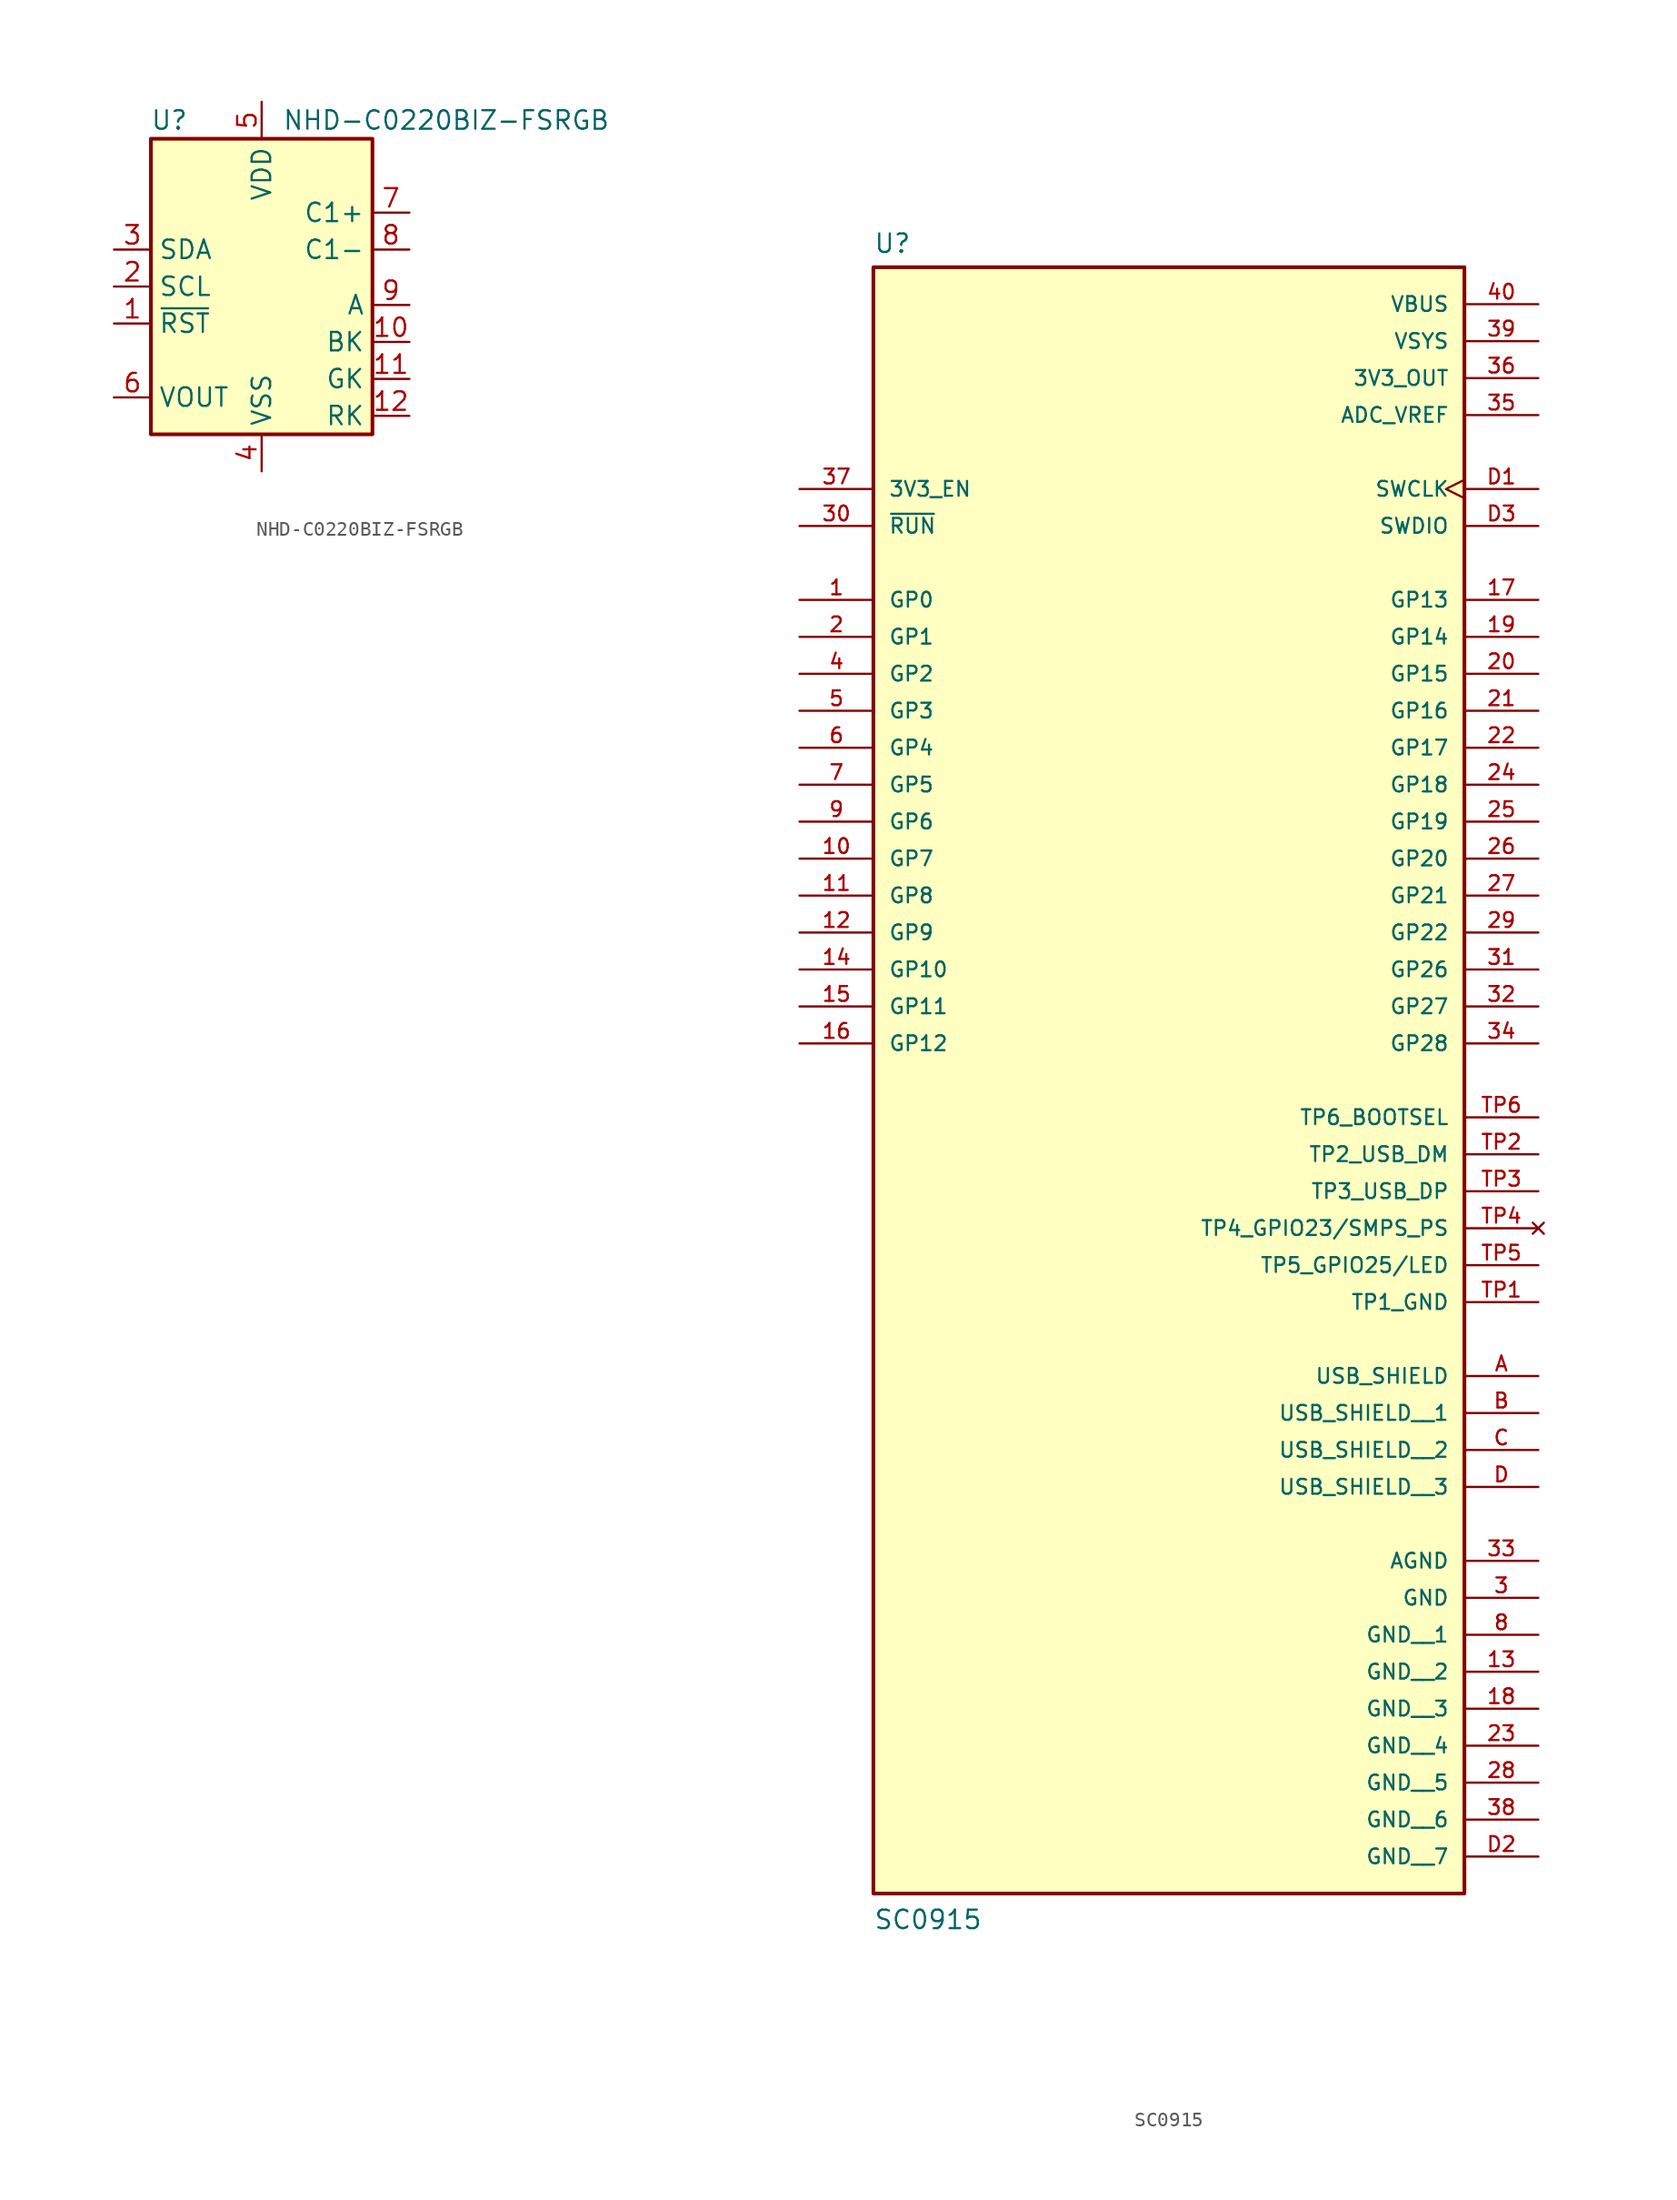
<source format=kicad_sym>
(kicad_symbol_lib
  (version 20220914)
  (generator kicad_symbol_editor)
  (symbol "NHD-C0220BIZ-FSRGB"
    (property "Reference" "U"
      (at -6.35 11.43 0)
      (effects (font (size 1.27 1.27))))
    (property "Value" "NHD-C0220BIZ-FSRGB"
      (at 12.7 11.43 0)
      (effects (font (size 1.27 1.27))))
    (symbol "NHD-C0220BIZ-FSRGB_0_1"
      (rectangle (start -7.62 10.16) (end 7.62 -10.16) (stroke (width 0.254) (type default)) (fill (type background))))
    (symbol "NHD-C0220BIZ-FSRGB_1_1"
      (pin input line (at -10.16 -2.54 0) (length 2.54) (name "~{RST}" (effects (font (size 1.27 1.27)))) (number "1" (effects (font (size 1.27 1.27)))))
      (pin passive line (at 10.16 -3.81 180) (length 2.54) (name "BK" (effects (font (size 1.27 1.27)))) (number "10" (effects (font (size 1.27 1.27)))))
      (pin passive line (at 10.16 -6.35 180) (length 2.54) (name "GK" (effects (font (size 1.27 1.27)))) (number "11" (effects (font (size 1.27 1.27)))))
      (pin passive line (at 10.16 -8.89 180) (length 2.54) (name "RK" (effects (font (size 1.27 1.27)))) (number "12" (effects (font (size 1.27 1.27)))))
      (pin input line (at -10.16 0 0) (length 2.54) (name "SCL" (effects (font (size 1.27 1.27)))) (number "2" (effects (font (size 1.27 1.27)))))
      (pin bidirectional line (at -10.16 2.54 0) (length 2.54) (name "SDA" (effects (font (size 1.27 1.27)))) (number "3" (effects (font (size 1.27 1.27)))))
      (pin power_in line (at 0 -12.7 90) (length 2.54) (name "VSS" (effects (font (size 1.27 1.27)))) (number "4" (effects (font (size 1.27 1.27)))))
      (pin power_in line (at 0 12.7 270) (length 2.54) (name "VDD" (effects (font (size 1.27 1.27)))) (number "5" (effects (font (size 1.27 1.27)))))
      (pin passive line (at -10.16 -7.62 0) (length 2.54) (name "VOUT" (effects (font (size 1.27 1.27)))) (number "6" (effects (font (size 1.27 1.27)))))
      (pin passive line (at 10.16 5.08 180) (length 2.54) (name "C1+" (effects (font (size 1.27 1.27)))) (number "7" (effects (font (size 1.27 1.27)))))
      (pin passive line (at 10.16 2.54 180) (length 2.54) (name "C1-" (effects (font (size 1.27 1.27)))) (number "8" (effects (font (size 1.27 1.27)))))
      (pin passive line (at 10.16 -1.27 180) (length 2.54) (name "A" (effects (font (size 1.27 1.27)))) (number "9" (effects (font (size 1.27 1.27)))))))
  (symbol "SC0915"
    (pin_names
      (offset 1.016))
    (property "Reference" "U"
      (at -20.32 44.069 0)
      (effects (font (size 1.27 1.27)) (justify left bottom)))
    (property "Value" "SC0915"
      (at -20.32 -71.12 0)
      (effects (font (size 1.27 1.27)) (justify left bottom)))
    (property "ki_locked" ""
      (at 0 0 0)
      (effects (font (size 1.27 1.27))))
    (symbol "SC0915_0_0"
      (rectangle (start -20.32 -68.58) (end 20.32 43.18) (stroke (width 0.254) (type solid)) (fill (type background)))
      (pin bidirectional line (at -25.4 20.32 0) (length 5.08) (name "GP0" (effects (font (size 1.016 1.016)))) (number "1" (effects (font (size 1.016 1.016)))))
      (pin bidirectional line (at -25.4 2.54 0) (length 5.08) (name "GP7" (effects (font (size 1.016 1.016)))) (number "10" (effects (font (size 1.016 1.016)))))
      (pin bidirectional line (at -25.4 0 0) (length 5.08) (name "GP8" (effects (font (size 1.016 1.016)))) (number "11" (effects (font (size 1.016 1.016)))))
      (pin bidirectional line (at -25.4 -2.54 0) (length 5.08) (name "GP9" (effects (font (size 1.016 1.016)))) (number "12" (effects (font (size 1.016 1.016)))))
      (pin power_in line (at 25.4 -53.34 180) (length 5.08) (name "GND__2" (effects (font (size 1.016 1.016)))) (number "13" (effects (font (size 1.016 1.016)))))
      (pin bidirectional line (at -25.4 -5.08 0) (length 5.08) (name "GP10" (effects (font (size 1.016 1.016)))) (number "14" (effects (font (size 1.016 1.016)))))
      (pin bidirectional line (at -25.4 -7.62 0) (length 5.08) (name "GP11" (effects (font (size 1.016 1.016)))) (number "15" (effects (font (size 1.016 1.016)))))
      (pin bidirectional line (at -25.4 -10.16 0) (length 5.08) (name "GP12" (effects (font (size 1.016 1.016)))) (number "16" (effects (font (size 1.016 1.016)))))
      (pin bidirectional line (at 25.4 20.32 180) (length 5.08) (name "GP13" (effects (font (size 1.016 1.016)))) (number "17" (effects (font (size 1.016 1.016)))))
      (pin power_in line (at 25.4 -55.88 180) (length 5.08) (name "GND__3" (effects (font (size 1.016 1.016)))) (number "18" (effects (font (size 1.016 1.016)))))
      (pin bidirectional line (at 25.4 17.78 180) (length 5.08) (name "GP14" (effects (font (size 1.016 1.016)))) (number "19" (effects (font (size 1.016 1.016)))))
      (pin bidirectional line (at -25.4 17.78 0) (length 5.08) (name "GP1" (effects (font (size 1.016 1.016)))) (number "2" (effects (font (size 1.016 1.016)))))
      (pin bidirectional line (at 25.4 15.24 180) (length 5.08) (name "GP15" (effects (font (size 1.016 1.016)))) (number "20" (effects (font (size 1.016 1.016)))))
      (pin bidirectional line (at 25.4 12.7 180) (length 5.08) (name "GP16" (effects (font (size 1.016 1.016)))) (number "21" (effects (font (size 1.016 1.016)))))
      (pin bidirectional line (at 25.4 10.16 180) (length 5.08) (name "GP17" (effects (font (size 1.016 1.016)))) (number "22" (effects (font (size 1.016 1.016)))))
      (pin power_in line (at 25.4 -58.42 180) (length 5.08) (name "GND__4" (effects (font (size 1.016 1.016)))) (number "23" (effects (font (size 1.016 1.016)))))
      (pin bidirectional line (at 25.4 7.62 180) (length 5.08) (name "GP18" (effects (font (size 1.016 1.016)))) (number "24" (effects (font (size 1.016 1.016)))))
      (pin bidirectional line (at 25.4 5.08 180) (length 5.08) (name "GP19" (effects (font (size 1.016 1.016)))) (number "25" (effects (font (size 1.016 1.016)))))
      (pin bidirectional line (at 25.4 2.54 180) (length 5.08) (name "GP20" (effects (font (size 1.016 1.016)))) (number "26" (effects (font (size 1.016 1.016)))))
      (pin bidirectional line (at 25.4 0 180) (length 5.08) (name "GP21" (effects (font (size 1.016 1.016)))) (number "27" (effects (font (size 1.016 1.016)))))
      (pin power_in line (at 25.4 -60.96 180) (length 5.08) (name "GND__5" (effects (font (size 1.016 1.016)))) (number "28" (effects (font (size 1.016 1.016)))))
      (pin bidirectional line (at 25.4 -2.54 180) (length 5.08) (name "GP22" (effects (font (size 1.016 1.016)))) (number "29" (effects (font (size 1.016 1.016)))))
      (pin power_in line (at 25.4 -48.26 180) (length 5.08) (name "GND" (effects (font (size 1.016 1.016)))) (number "3" (effects (font (size 1.016 1.016)))))
      (pin input line (at -25.4 25.4 0) (length 5.08) (name "~{RUN}" (effects (font (size 1.016 1.016)))) (number "30" (effects (font (size 1.016 1.016)))))
      (pin bidirectional line (at 25.4 -5.08 180) (length 5.08) (name "GP26" (effects (font (size 1.016 1.016)))) (number "31" (effects (font (size 1.016 1.016)))))
      (pin bidirectional line (at 25.4 -7.62 180) (length 5.08) (name "GP27" (effects (font (size 1.016 1.016)))) (number "32" (effects (font (size 1.016 1.016)))))
      (pin power_in line (at 25.4 -45.72 180) (length 5.08) (name "AGND" (effects (font (size 1.016 1.016)))) (number "33" (effects (font (size 1.016 1.016)))))
      (pin bidirectional line (at 25.4 -10.16 180) (length 5.08) (name "GP28" (effects (font (size 1.016 1.016)))) (number "34" (effects (font (size 1.016 1.016)))))
      (pin power_in line (at 25.4 33.02 180) (length 5.08) (name "ADC_VREF" (effects (font (size 1.016 1.016)))) (number "35" (effects (font (size 1.016 1.016)))))
      (pin power_in line (at 25.4 35.56 180) (length 5.08) (name "3V3_OUT" (effects (font (size 1.016 1.016)))) (number "36" (effects (font (size 1.016 1.016)))))
      (pin input line (at -25.4 27.94 0) (length 5.08) (name "3V3_EN" (effects (font (size 1.016 1.016)))) (number "37" (effects (font (size 1.016 1.016)))))
      (pin power_in line (at 25.4 -63.5 180) (length 5.08) (name "GND__6" (effects (font (size 1.016 1.016)))) (number "38" (effects (font (size 1.016 1.016)))))
      (pin power_in line (at 25.4 38.1 180) (length 5.08) (name "VSYS" (effects (font (size 1.016 1.016)))) (number "39" (effects (font (size 1.016 1.016)))))
      (pin bidirectional line (at -25.4 15.24 0) (length 5.08) (name "GP2" (effects (font (size 1.016 1.016)))) (number "4" (effects (font (size 1.016 1.016)))))
      (pin power_in line (at 25.4 40.64 180) (length 5.08) (name "VBUS" (effects (font (size 1.016 1.016)))) (number "40" (effects (font (size 1.016 1.016)))))
      (pin bidirectional line (at -25.4 12.7 0) (length 5.08) (name "GP3" (effects (font (size 1.016 1.016)))) (number "5" (effects (font (size 1.016 1.016)))))
      (pin bidirectional line (at -25.4 10.16 0) (length 5.08) (name "GP4" (effects (font (size 1.016 1.016)))) (number "6" (effects (font (size 1.016 1.016)))))
      (pin bidirectional line (at -25.4 7.62 0) (length 5.08) (name "GP5" (effects (font (size 1.016 1.016)))) (number "7" (effects (font (size 1.016 1.016)))))
      (pin power_in line (at 25.4 -50.8 180) (length 5.08) (name "GND__1" (effects (font (size 1.016 1.016)))) (number "8" (effects (font (size 1.016 1.016)))))
      (pin bidirectional line (at -25.4 5.08 0) (length 5.08) (name "GP6" (effects (font (size 1.016 1.016)))) (number "9" (effects (font (size 1.016 1.016)))))
      (pin power_in line (at 25.4 -33.02 180) (length 5.08) (name "USB_SHIELD" (effects (font (size 1.016 1.016)))) (number "A" (effects (font (size 1.016 1.016)))))
      (pin power_in line (at 25.4 -35.56 180) (length 5.08) (name "USB_SHIELD__1" (effects (font (size 1.016 1.016)))) (number "B" (effects (font (size 1.016 1.016)))))
      (pin power_in line (at 25.4 -38.1 180) (length 5.08) (name "USB_SHIELD__2" (effects (font (size 1.016 1.016)))) (number "C" (effects (font (size 1.016 1.016)))))
      (pin power_in line (at 25.4 -40.64 180) (length 5.08) (name "USB_SHIELD__3" (effects (font (size 1.016 1.016)))) (number "D" (effects (font (size 1.016 1.016)))))
      (pin input clock (at 25.4 27.94 180) (length 5.08) (name "SWCLK" (effects (font (size 1.016 1.016)))) (number "D1" (effects (font (size 1.016 1.016)))))
      (pin power_in line (at 25.4 -66.04 180) (length 5.08) (name "GND__7" (effects (font (size 1.016 1.016)))) (number "D2" (effects (font (size 1.016 1.016)))))
      (pin bidirectional line (at 25.4 25.4 180) (length 5.08) (name "SWDIO" (effects (font (size 1.016 1.016)))) (number "D3" (effects (font (size 1.016 1.016)))))
      (pin power_in line (at 25.4 -27.94 180) (length 5.08) (name "TP1_GND" (effects (font (size 1.016 1.016)))) (number "TP1" (effects (font (size 1.016 1.016)))))
      (pin bidirectional line (at 25.4 -17.78 180) (length 5.08) (name "TP2_USB_DM" (effects (font (size 1.016 1.016)))) (number "TP2" (effects (font (size 1.016 1.016)))))
      (pin bidirectional line (at 25.4 -20.32 180) (length 5.08) (name "TP3_USB_DP" (effects (font (size 1.016 1.016)))) (number "TP3" (effects (font (size 1.016 1.016)))))
      (pin no_connect line (at 25.4 -22.86 180) (length 5.08) (name "TP4_GPIO23/SMPS_PS" (effects (font (size 1.016 1.016)))) (number "TP4" (effects (font (size 1.016 1.016)))))
      (pin output line (at 25.4 -25.4 180) (length 5.08) (name "TP5_GPIO25/LED" (effects (font (size 1.016 1.016)))) (number "TP5" (effects (font (size 1.016 1.016)))))
      (pin input line (at 25.4 -15.24 180) (length 5.08) (name "TP6_BOOTSEL" (effects (font (size 1.016 1.016)))) (number "TP6" (effects (font (size 1.016 1.016))))))))
</source>
